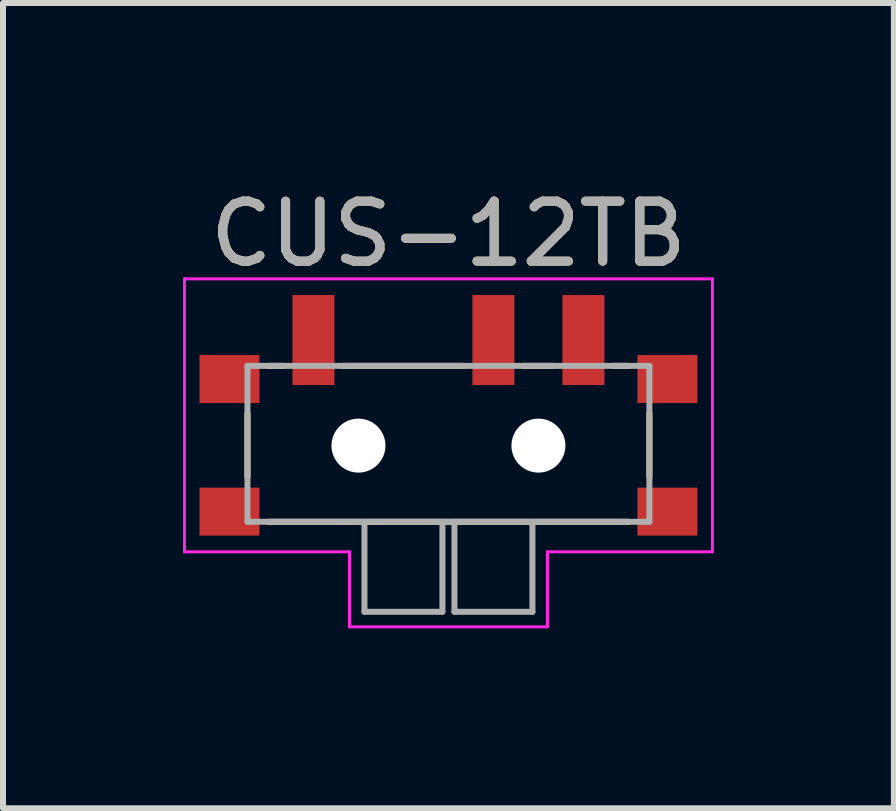
<source format=kicad_pcb>
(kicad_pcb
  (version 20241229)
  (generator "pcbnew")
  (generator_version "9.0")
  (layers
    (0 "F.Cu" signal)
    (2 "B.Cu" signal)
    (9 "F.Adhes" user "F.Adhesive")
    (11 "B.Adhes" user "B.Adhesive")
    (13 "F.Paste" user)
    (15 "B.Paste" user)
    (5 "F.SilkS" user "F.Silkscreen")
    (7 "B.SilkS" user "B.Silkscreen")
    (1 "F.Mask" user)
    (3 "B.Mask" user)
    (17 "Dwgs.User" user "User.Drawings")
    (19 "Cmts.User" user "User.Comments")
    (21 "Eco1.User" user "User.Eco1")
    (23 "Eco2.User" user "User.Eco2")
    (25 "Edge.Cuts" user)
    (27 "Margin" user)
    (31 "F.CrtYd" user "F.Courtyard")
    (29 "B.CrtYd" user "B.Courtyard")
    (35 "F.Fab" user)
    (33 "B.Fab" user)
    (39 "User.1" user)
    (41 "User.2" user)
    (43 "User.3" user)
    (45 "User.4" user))
  (footprint "CUS-12TB"
    (layer "F.Cu")
    (at 4.425 4.048)
    (property "Reference" "CUS-12TB" (at 0 -3.2 0) (layer "F.SilkS") (effects (font (size 1 1) (thickness 0.15))))
    (attr smd)
    (fp_line (start -3.35 -0.2) (end -3.35 0.85) (stroke (width 0.1) (type solid)) (layer "F.SilkS"))
    (fp_line (start -3 -1) (end -2.75 -1) (stroke (width 0.1) (type solid)) (layer "F.SilkS"))
    (fp_line (start -3 1.6) (end 3 1.6) (stroke (width 0.1) (type solid)) (layer "F.SilkS"))
    (fp_line (start -1.75 -1) (end 0.25 -1) (stroke (width 0.1) (type solid)) (layer "F.SilkS"))
    (fp_line (start 1.25 -1) (end 1.75 -1) (stroke (width 0.1) (type solid)) (layer "F.SilkS"))
    (fp_line (start 2.75 -1) (end 3 -1) (stroke (width 0.1) (type solid)) (layer "F.SilkS"))
    (fp_line (start 3.35 -0.2) (end 3.35 0.85) (stroke (width 0.1) (type solid)) (layer "F.SilkS"))
    (fp_line (start -4.4 -2.45) (end 4.4 -2.45) (stroke (width 0.05) (type solid)) (layer "F.CrtYd"))
    (fp_line (start -4.4 2.1) (end -4.4 -2.45) (stroke (width 0.05) (type solid)) (layer "F.CrtYd"))
    (fp_line (start -1.65 2.1) (end -4.4 2.1) (stroke (width 0.05) (type solid)) (layer "F.CrtYd"))
    (fp_line (start -1.65 3.35) (end -1.65 2.1) (stroke (width 0.05) (type solid)) (layer "F.CrtYd"))
    (fp_line (start 1.65 2.1) (end 1.65 3.35) (stroke (width 0.05) (type solid)) (layer "F.CrtYd"))
    (fp_line (start 1.65 3.35) (end -1.65 3.35) (stroke (width 0.05) (type solid)) (layer "F.CrtYd"))
    (fp_line (start 4.4 -2.45) (end 4.4 2.1) (stroke (width 0.05) (type solid)) (layer "F.CrtYd"))
    (fp_line (start 4.4 2.1) (end 1.65 2.1) (stroke (width 0.05) (type solid)) (layer "F.CrtYd"))
    (fp_line (start -3.35 -1) (end -3.35 1.6) (stroke (width 0.1) (type solid)) (layer "F.Fab"))
    (fp_line (start -3.35 1.6) (end 3.35 1.6) (stroke (width 0.1) (type solid)) (layer "F.Fab"))
    (fp_line (start -1.4 1.6) (end -1.4 3.1) (stroke (width 0.1) (type solid)) (layer "F.Fab"))
    (fp_line (start -1.4 3.1) (end -0.1 3.1) (stroke (width 0.1) (type solid)) (layer "F.Fab"))
    (fp_line (start -0.1 3.1) (end -0.1 1.6) (stroke (width 0.1) (type solid)) (layer "F.Fab"))
    (fp_line (start 0.1 1.6) (end 0.1 3.1) (stroke (width 0.1) (type solid)) (layer "F.Fab"))
    (fp_line (start 0.1 3.1) (end 1.4 3.1) (stroke (width 0.1) (type solid)) (layer "F.Fab"))
    (fp_line (start 1.4 1.6) (end 1.4 3.1) (stroke (width 0.1) (type solid)) (layer "F.Fab"))
    (fp_line (start 3.35 -1) (end -3.35 -1) (stroke (width 0.1) (type solid)) (layer "F.Fab"))
    (fp_line (start 3.35 1.6) (end 3.35 -1) (stroke (width 0.1) (type solid)) (layer "F.Fab"))
    (fp_text user "${REFERENCE}" (at 0 -3.2 0) (layer "F.Fab") (effects (font (size 1 1) (thickness 0.15))))
    (pad "" smd rect (at -3.65 -0.78) (size 1 0.8) (layers "F.Cu" "F.Mask" "F.Paste"))
    (pad "" smd rect (at -3.65 1.43) (size 1 0.8) (layers "F.Cu" "F.Mask" "F.Paste"))
    (pad "" np_thru_hole circle (at -1.5 0.33) (size 0.9 0.9) (drill 0.9) (layers "*.Cu" "*.Mask"))
    (pad "" np_thru_hole circle (at 1.5 0.33) (size 0.9 0.9) (drill 0.9) (layers "*.Cu" "*.Mask"))
    (pad "" smd rect (at 3.65 -0.78) (size 1 0.8) (layers "F.Cu" "F.Mask" "F.Paste"))
    (pad "" smd rect (at 3.65 1.43) (size 1 0.8) (layers "F.Cu" "F.Mask" "F.Paste"))
    (pad "1" smd rect (at -2.25 -1.43) (size 0.7 1.5) (layers "F.Cu" "F.Mask" "F.Paste"))
    (pad "2" smd rect (at 0.75 -1.43) (size 0.7 1.5) (layers "F.Cu" "F.Mask" "F.Paste"))
    (pad "3" smd rect (at 2.25 -1.43) (size 0.7 1.5) (layers "F.Cu" "F.Mask" "F.Paste")))
  (gr_rect
    (start -3 -3)
    (end 11.85 10.423)
    (stroke (width 0.1) (type default))
    (fill no)
    (layer "Edge.Cuts")))
</source>
